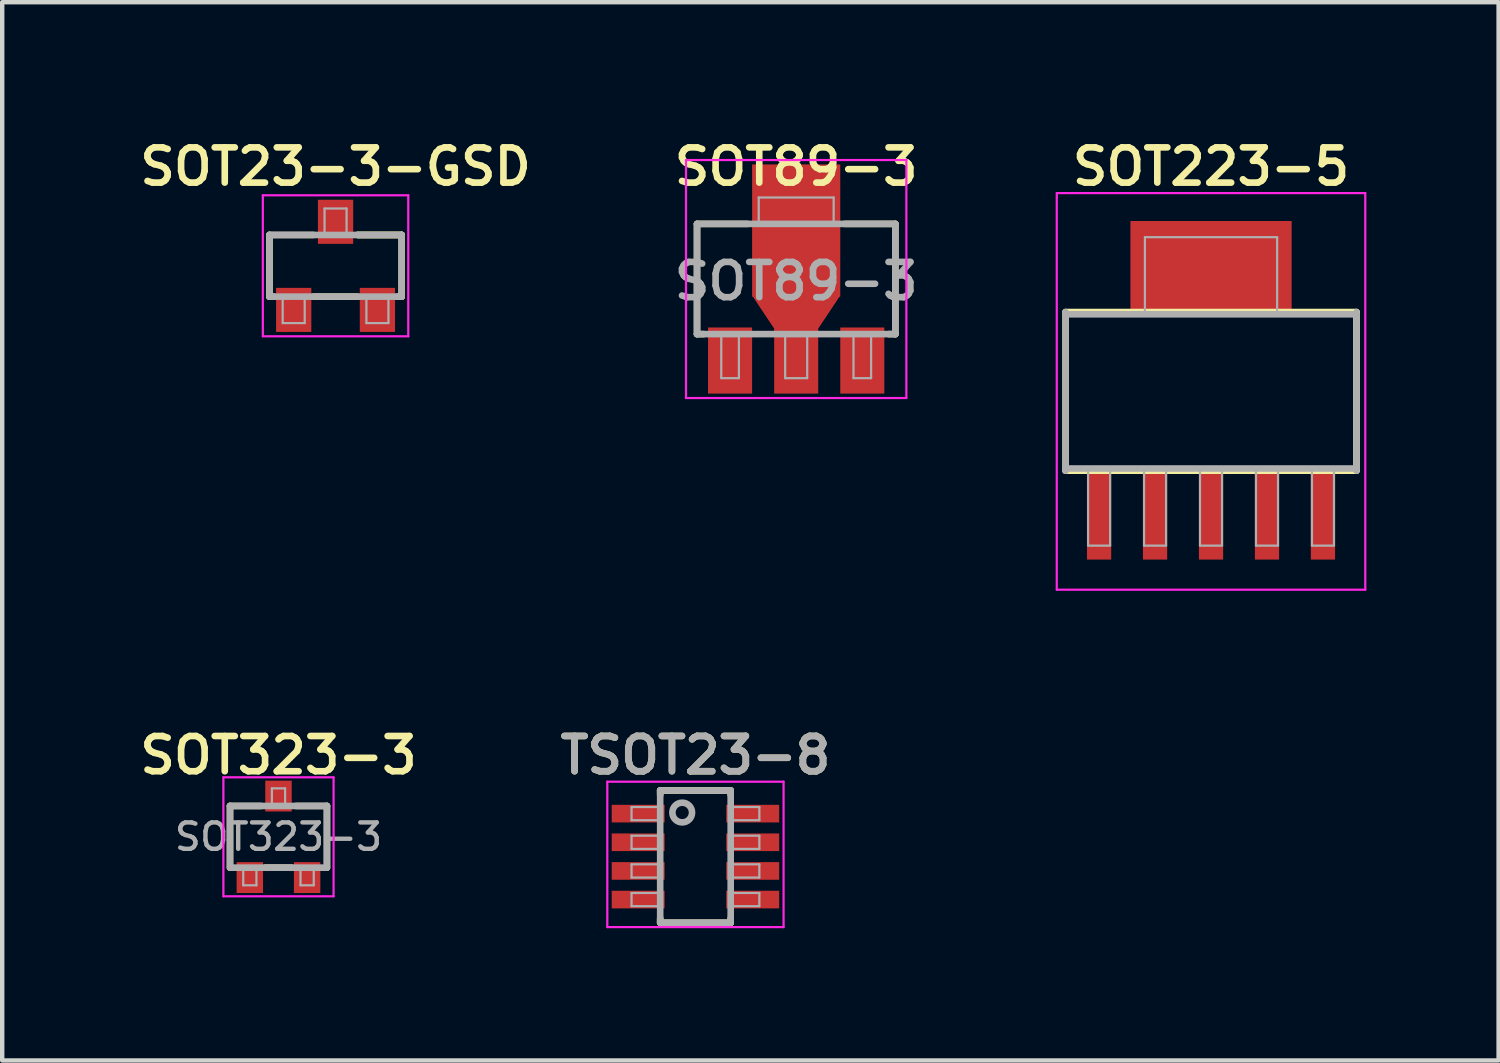
<source format=kicad_pcb>
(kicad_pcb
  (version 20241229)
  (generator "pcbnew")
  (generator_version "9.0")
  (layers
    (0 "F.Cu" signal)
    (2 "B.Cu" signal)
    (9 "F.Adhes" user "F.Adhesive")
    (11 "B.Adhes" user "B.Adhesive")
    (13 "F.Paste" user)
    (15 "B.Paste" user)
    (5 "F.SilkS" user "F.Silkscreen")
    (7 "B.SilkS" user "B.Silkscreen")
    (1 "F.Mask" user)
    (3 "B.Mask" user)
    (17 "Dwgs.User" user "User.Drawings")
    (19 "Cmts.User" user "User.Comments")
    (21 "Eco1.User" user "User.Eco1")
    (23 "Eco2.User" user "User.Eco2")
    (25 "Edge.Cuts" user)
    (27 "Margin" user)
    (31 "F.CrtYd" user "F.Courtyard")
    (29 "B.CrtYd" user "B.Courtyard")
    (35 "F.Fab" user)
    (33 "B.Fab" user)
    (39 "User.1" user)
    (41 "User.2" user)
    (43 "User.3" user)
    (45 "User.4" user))
  (footprint "TSOT23-8"
    (layer "F.Cu")
    (at 12.73 16.387)
    (property "Reference" "TSOT23-8" (at 0 -2.3 0) (layer "F.SilkS") (effects (font (size 0.8 0.8) (thickness 0.15))))
    (attr smd)
    (fp_line (start -0.8 -1.5) (end -0.8 -1.4) (stroke (width 0.15) (type solid)) (layer "F.SilkS"))
    (fp_line (start -0.8 -1.5) (end 0.8 -1.5) (stroke (width 0.15) (type solid)) (layer "F.SilkS"))
    (fp_line (start -0.8 1.5) (end -0.8 1.4) (stroke (width 0.15) (type solid)) (layer "F.SilkS"))
    (fp_line (start 0.8 -1.5) (end 0.8 -1.4) (stroke (width 0.15) (type solid)) (layer "F.SilkS"))
    (fp_line (start 0.8 1.5) (end -0.8 1.5) (stroke (width 0.15) (type solid)) (layer "F.SilkS"))
    (fp_line (start 0.8 1.5) (end 0.8 1.4) (stroke (width 0.15) (type solid)) (layer "F.SilkS"))
    (fp_line (start -2 -1.7) (end 2 -1.7) (stroke (width 0.05) (type solid)) (layer "F.CrtYd"))
    (fp_line (start -2 1.6) (end -2 -1.7) (stroke (width 0.05) (type solid)) (layer "F.CrtYd"))
    (fp_line (start 2 -1.7) (end 2 1.6) (stroke (width 0.05) (type solid)) (layer "F.CrtYd"))
    (fp_line (start 2 1.6) (end -2 1.6) (stroke (width 0.05) (type solid)) (layer "F.CrtYd"))
    (fp_line (start -1.45 -1.125) (end -0.8 -1.125) (stroke (width 0.05) (type solid)) (layer "F.Fab"))
    (fp_line (start -1.45 -0.825) (end -1.45 -1.125) (stroke (width 0.05) (type solid)) (layer "F.Fab"))
    (fp_line (start -1.45 -0.475) (end -0.8 -0.475) (stroke (width 0.05) (type solid)) (layer "F.Fab"))
    (fp_line (start -1.45 -0.175) (end -1.45 -0.475) (stroke (width 0.05) (type solid)) (layer "F.Fab"))
    (fp_line (start -1.45 0.175) (end -0.8 0.175) (stroke (width 0.05) (type solid)) (layer "F.Fab"))
    (fp_line (start -1.45 0.475) (end -1.45 0.175) (stroke (width 0.05) (type solid)) (layer "F.Fab"))
    (fp_line (start -1.45 0.825) (end -0.8 0.825) (stroke (width 0.05) (type solid)) (layer "F.Fab"))
    (fp_line (start -1.45 1.125) (end -1.45 0.825) (stroke (width 0.05) (type solid)) (layer "F.Fab"))
    (fp_line (start -0.8 -1.5) (end 0.8 -1.5) (stroke (width 0.15) (type solid)) (layer "F.Fab"))
    (fp_line (start -0.8 -0.825) (end -1.45 -0.825) (stroke (width 0.05) (type solid)) (layer "F.Fab"))
    (fp_line (start -0.8 -0.175) (end -1.45 -0.175) (stroke (width 0.05) (type solid)) (layer "F.Fab"))
    (fp_line (start -0.8 0.475) (end -1.45 0.475) (stroke (width 0.05) (type solid)) (layer "F.Fab"))
    (fp_line (start -0.8 1.125) (end -1.45 1.125) (stroke (width 0.05) (type solid)) (layer "F.Fab"))
    (fp_line (start -0.8 1.5) (end -0.8 -1.5) (stroke (width 0.15) (type solid)) (layer "F.Fab"))
    (fp_line (start 0.8 -1.5) (end 0.8 1.5) (stroke (width 0.15) (type solid)) (layer "F.Fab"))
    (fp_line (start 0.8 -1.125) (end 1.45 -1.125) (stroke (width 0.05) (type solid)) (layer "F.Fab"))
    (fp_line (start 0.8 -0.475) (end 1.45 -0.475) (stroke (width 0.05) (type solid)) (layer "F.Fab"))
    (fp_line (start 0.8 0.175) (end 1.45 0.175) (stroke (width 0.05) (type solid)) (layer "F.Fab"))
    (fp_line (start 0.8 0.825) (end 1.45 0.825) (stroke (width 0.05) (type solid)) (layer "F.Fab"))
    (fp_line (start 0.8 1.5) (end -0.8 1.5) (stroke (width 0.15) (type solid)) (layer "F.Fab"))
    (fp_line (start 1.45 -1.125) (end 1.45 -0.825) (stroke (width 0.05) (type solid)) (layer "F.Fab"))
    (fp_line (start 1.45 -0.825) (end 0.8 -0.825) (stroke (width 0.05) (type solid)) (layer "F.Fab"))
    (fp_line (start 1.45 -0.475) (end 1.45 -0.175) (stroke (width 0.05) (type solid)) (layer "F.Fab"))
    (fp_line (start 1.45 -0.175) (end 0.8 -0.175) (stroke (width 0.05) (type solid)) (layer "F.Fab"))
    (fp_line (start 1.45 0.175) (end 1.45 0.475) (stroke (width 0.05) (type solid)) (layer "F.Fab"))
    (fp_line (start 1.45 0.475) (end 0.8 0.475) (stroke (width 0.05) (type solid)) (layer "F.Fab"))
    (fp_line (start 1.45 0.825) (end 1.45 1.125) (stroke (width 0.05) (type solid)) (layer "F.Fab"))
    (fp_line (start 1.45 1.125) (end 0.8 1.125) (stroke (width 0.05) (type solid)) (layer "F.Fab"))
    (fp_circle (center -0.3 -1) (end -0.2 -0.8) (stroke (width 0.15) (type solid)) (fill no) (layer "F.Fab"))
    (fp_text user "${REFERENCE}" (at 0 -2.3 0) (layer "F.Fab") (effects (font (size 0.8 0.8) (thickness 0.15))))
    (pad "1" smd rect (at -1.3 -0.975) (size 1.2 0.4) (layers "F.Cu" "F.Mask" "F.Paste"))
    (pad "2" smd rect (at -1.3 -0.325) (size 1.2 0.4) (layers "F.Cu" "F.Mask" "F.Paste"))
    (pad "3" smd rect (at -1.3 0.325) (size 1.2 0.4) (layers "F.Cu" "F.Mask" "F.Paste"))
    (pad "4" smd rect (at -1.3 0.975) (size 1.2 0.4) (layers "F.Cu" "F.Mask" "F.Paste"))
    (pad "5" smd rect (at 1.3 0.975) (size 1.2 0.4) (layers "F.Cu" "F.Mask" "F.Paste"))
    (pad "6" smd rect (at 1.3 0.325) (size 1.2 0.4) (layers "F.Cu" "F.Mask" "F.Paste"))
    (pad "7" smd rect (at 1.3 -0.325) (size 1.2 0.4) (layers "F.Cu" "F.Mask" "F.Paste"))
    (pad "8" smd rect (at 1.3 -0.975) (size 1.2 0.4) (layers "F.Cu" "F.Mask" "F.Paste")))
  (footprint "SOT23-3-GSD"
    (layer "F.Cu")
    (at 4.564 2.981)
    (property "Reference" "SOT23-3-GSD" (at 0 -2.25 0) (layer "F.SilkS") (effects (font (size 0.8 0.8) (thickness 0.15))))
    (attr smd)
    (fp_line (start -1.5 -0.7) (end -1.5 0.7) (stroke (width 0.15) (type solid)) (layer "F.SilkS"))
    (fp_line (start -1.5 -0.7) (end -0.5 -0.7) (stroke (width 0.15) (type solid)) (layer "F.SilkS"))
    (fp_line (start -1.5 0.7) (end -1.4 0.7) (stroke (width 0.15) (type solid)) (layer "F.SilkS"))
    (fp_line (start -0.5 0.7) (end 0.5 0.7) (stroke (width 0.15) (type solid)) (layer "F.SilkS"))
    (fp_line (start 0.5 -0.7) (end 1.5 -0.7) (stroke (width 0.15) (type solid)) (layer "F.SilkS"))
    (fp_line (start 0.5 -0.7) (end 1.5 -0.7) (stroke (width 0.15) (type solid)) (layer "F.SilkS"))
    (fp_line (start 1.5 -0.7) (end 1.5 0.7) (stroke (width 0.15) (type solid)) (layer "F.SilkS"))
    (fp_line (start 1.5 0.7) (end 1.4 0.7) (stroke (width 0.15) (type solid)) (layer "F.SilkS"))
    (fp_line (start -1.65 -1.6) (end 1.65 -1.6) (stroke (width 0.05) (type solid)) (layer "F.CrtYd"))
    (fp_line (start -1.65 1.6) (end -1.65 -1.6) (stroke (width 0.05) (type solid)) (layer "F.CrtYd"))
    (fp_line (start 1.65 -1.6) (end 1.65 1.6) (stroke (width 0.05) (type solid)) (layer "F.CrtYd"))
    (fp_line (start 1.65 1.6) (end -1.65 1.6) (stroke (width 0.05) (type solid)) (layer "F.CrtYd"))
    (fp_line (start -1.5 -0.7) (end 1.5 -0.7) (stroke (width 0.15) (type solid)) (layer "F.Fab"))
    (fp_line (start -1.5 0.7) (end -1.5 -0.7) (stroke (width 0.15) (type solid)) (layer "F.Fab"))
    (fp_line (start -1.2 0.7) (end -1.2 1.3) (stroke (width 0.05) (type solid)) (layer "F.Fab"))
    (fp_line (start -1.2 1.3) (end -0.7 1.3) (stroke (width 0.05) (type solid)) (layer "F.Fab"))
    (fp_line (start -0.7 1.3) (end -0.7 0.7) (stroke (width 0.05) (type solid)) (layer "F.Fab"))
    (fp_line (start -0.25 -1.3) (end -0.25 -0.7) (stroke (width 0.05) (type solid)) (layer "F.Fab"))
    (fp_line (start -0.25 -1.3) (end 0.25 -1.3) (stroke (width 0.05) (type solid)) (layer "F.Fab"))
    (fp_line (start 0.25 -0.7) (end 0.25 -1.3) (stroke (width 0.05) (type solid)) (layer "F.Fab"))
    (fp_line (start 0.7 0.7) (end 0.7 1.3) (stroke (width 0.05) (type solid)) (layer "F.Fab"))
    (fp_line (start 0.7 1.3) (end 1.2 1.3) (stroke (width 0.05) (type solid)) (layer "F.Fab"))
    (fp_line (start 1.2 1.3) (end 1.2 0.7) (stroke (width 0.05) (type solid)) (layer "F.Fab"))
    (fp_line (start 1.5 -0.7) (end 1.5 0.7) (stroke (width 0.15) (type solid)) (layer "F.Fab"))
    (fp_line (start 1.5 0.7) (end -1.5 0.7) (stroke (width 0.15) (type solid)) (layer "F.Fab"))
    (pad "D" smd rect (at 0 -0.998) (size 0.8 1) (layers "F.Cu" "F.Mask" "F.Paste"))
    (pad "G" smd rect (at -0.95 1.001) (size 0.8 1) (layers "F.Cu" "F.Mask" "F.Paste"))
    (pad "S" smd rect (at 0.95 1.001) (size 0.8 1) (layers "F.Cu" "F.Mask" "F.Paste")))
  (footprint "SOT89-3"
    (layer "F.Cu")
    (at 15.016 3.281)
    (property "Reference" "SOT89-3" (at 0 -2.55 0) (layer "F.SilkS") (effects (font (size 0.8 0.8) (thickness 0.15))))
    (attr through_hole)
    (fp_line (start -2.25 -1.25) (end -1.1 -1.25) (stroke (width 0.15) (type solid)) (layer "F.SilkS"))
    (fp_line (start -2.25 1.25) (end -2.25 -1.25) (stroke (width 0.15) (type solid)) (layer "F.SilkS"))
    (fp_line (start -2.25 1.25) (end -2.1 1.25) (stroke (width 0.15) (type solid)) (layer "F.SilkS"))
    (fp_line (start 1.1 -1.25) (end 2.25 -1.25) (stroke (width 0.15) (type solid)) (layer "F.SilkS"))
    (fp_line (start 2.25 -1.25) (end 2.25 1.25) (stroke (width 0.15) (type solid)) (layer "F.SilkS"))
    (fp_line (start 2.25 1.25) (end 2.1 1.25) (stroke (width 0.15) (type solid)) (layer "F.SilkS"))
    (fp_line (start -2.5 -2.7) (end 2.5 -2.7) (stroke (width 0.05) (type solid)) (layer "F.CrtYd"))
    (fp_line (start -2.5 2.7) (end -2.5 -2.7) (stroke (width 0.05) (type solid)) (layer "F.CrtYd"))
    (fp_line (start 2.5 -2.7) (end 2.5 2.7) (stroke (width 0.05) (type solid)) (layer "F.CrtYd"))
    (fp_line (start 2.5 2.7) (end -2.5 2.7) (stroke (width 0.05) (type solid)) (layer "F.CrtYd"))
    (fp_line (start -2.25 -1.25) (end 2.25 -1.25) (stroke (width 0.15) (type solid)) (layer "F.Fab"))
    (fp_line (start -2.25 1.25) (end -2.25 -1.25) (stroke (width 0.15) (type solid)) (layer "F.Fab"))
    (fp_line (start -1.7 2.25) (end -1.7 1.25) (stroke (width 0.05) (type solid)) (layer "F.Fab"))
    (fp_line (start -1.3 1.25) (end -1.3 2.25) (stroke (width 0.05) (type solid)) (layer "F.Fab"))
    (fp_line (start -1.3 2.25) (end -1.7 2.25) (stroke (width 0.05) (type solid)) (layer "F.Fab"))
    (fp_line (start -0.85 -1.85) (end 0.85 -1.85) (stroke (width 0.05) (type solid)) (layer "F.Fab"))
    (fp_line (start -0.85 -1.25) (end -0.85 -1.85) (stroke (width 0.05) (type solid)) (layer "F.Fab"))
    (fp_line (start -0.25 1.25) (end -0.25 2.25) (stroke (width 0.05) (type solid)) (layer "F.Fab"))
    (fp_line (start -0.25 2.25) (end 0.25 2.25) (stroke (width 0.05) (type solid)) (layer "F.Fab"))
    (fp_line (start 0.25 2.25) (end 0.25 1.25) (stroke (width 0.05) (type solid)) (layer "F.Fab"))
    (fp_line (start 0.85 -1.85) (end 0.85 -1.25) (stroke (width 0.05) (type solid)) (layer "F.Fab"))
    (fp_line (start 1.3 1.25) (end 1.3 2.25) (stroke (width 0.05) (type solid)) (layer "F.Fab"))
    (fp_line (start 1.3 2.25) (end 1.7 2.25) (stroke (width 0.05) (type solid)) (layer "F.Fab"))
    (fp_line (start 1.7 2.25) (end 1.7 1.25) (stroke (width 0.05) (type solid)) (layer "F.Fab"))
    (fp_line (start 2.25 -1.25) (end 2.25 1.25) (stroke (width 0.15) (type solid)) (layer "F.Fab"))
    (fp_line (start 2.25 1.25) (end -2.25 1.25) (stroke (width 0.15) (type solid)) (layer "F.Fab"))
    (fp_text user "${REFERENCE}" (at 0 0.05 0) (layer "F.Fab") (effects (font (size 0.8 0.8) (thickness 0.15))))
    (pad "1" smd rect (at -1.5 1.85) (size 1 1.5) (layers "F.Cu" "F.Mask" "F.Paste"))
    (pad "2" smd rect (at 0 -1.1) (size 2 3) (layers "F.Cu" "F.Mask" "F.Paste"))
    (pad "2" smd rect (at 0 1.85) (size 1 1.5) (layers "F.Cu" "F.Mask" "F.Paste"))
    (pad "3" smd rect (at 1.5 1.85) (size 1 1.5) (layers "F.Cu" "F.Mask" "F.Paste"))
    (pad "4" smd trapezoid (at 0 0.75 180) (size 1.5 0.75) (rect_delta 0 0.5) (layers "F.Cu" "F.Mask" "F.Paste")))
  (footprint "SOT323-3"
    (layer "F.Cu")
    (at 3.269 15.938)
    (property "Reference" "SOT323-3" (at 0 -1.85 0) (layer "F.SilkS") (effects (font (size 0.8 0.8) (thickness 0.15))))
    (attr smd)
    (fp_line (start -1.1 -0.7) (end -1.1 0.7) (stroke (width 0.15) (type solid)) (layer "F.SilkS"))
    (fp_line (start -0.4 -0.7) (end -1.1 -0.7) (stroke (width 0.15) (type solid)) (layer "F.SilkS"))
    (fp_line (start -0.3 0.7) (end 0.3 0.7) (stroke (width 0.15) (type solid)) (layer "F.SilkS"))
    (fp_line (start 1.1 -0.7) (end 0.4 -0.7) (stroke (width 0.15) (type solid)) (layer "F.SilkS"))
    (fp_line (start 1.1 0.7) (end 1.1 -0.7) (stroke (width 0.15) (type solid)) (layer "F.SilkS"))
    (fp_line (start -1.25 -1.35) (end 1.25 -1.35) (stroke (width 0.05) (type solid)) (layer "F.CrtYd"))
    (fp_line (start -1.25 1.35) (end -1.25 -1.35) (stroke (width 0.05) (type solid)) (layer "F.CrtYd"))
    (fp_line (start 1.25 -1.35) (end 1.25 1.35) (stroke (width 0.05) (type solid)) (layer "F.CrtYd"))
    (fp_line (start 1.25 1.35) (end -1.25 1.35) (stroke (width 0.05) (type solid)) (layer "F.CrtYd"))
    (fp_line (start -1.1 -0.7) (end 1.1 -0.7) (stroke (width 0.15) (type solid)) (layer "F.Fab"))
    (fp_line (start -1.1 0.7) (end -1.1 -0.7) (stroke (width 0.15) (type solid)) (layer "F.Fab"))
    (fp_line (start -0.8 0.7) (end -0.8 1.1) (stroke (width 0.05) (type solid)) (layer "F.Fab"))
    (fp_line (start -0.8 1.1) (end -0.5 1.1) (stroke (width 0.05) (type solid)) (layer "F.Fab"))
    (fp_line (start -0.5 1.1) (end -0.5 0.7) (stroke (width 0.05) (type solid)) (layer "F.Fab"))
    (fp_line (start -0.15 -1.1) (end -0.15 -0.7) (stroke (width 0.05) (type solid)) (layer "F.Fab"))
    (fp_line (start -0.15 -1.1) (end 0.15 -1.1) (stroke (width 0.05) (type solid)) (layer "F.Fab"))
    (fp_line (start 0.15 -0.7) (end 0.15 -1.1) (stroke (width 0.05) (type solid)) (layer "F.Fab"))
    (fp_line (start 0.5 0.7) (end 0.5 1.1) (stroke (width 0.05) (type solid)) (layer "F.Fab"))
    (fp_line (start 0.5 1.1) (end 0.8 1.1) (stroke (width 0.05) (type solid)) (layer "F.Fab"))
    (fp_line (start 0.8 1.1) (end 0.8 0.7) (stroke (width 0.05) (type solid)) (layer "F.Fab"))
    (fp_line (start 1.1 -0.7) (end 1.1 0.7) (stroke (width 0.15) (type solid)) (layer "F.Fab"))
    (fp_line (start 1.1 0.7) (end -1.1 0.7) (stroke (width 0.15) (type solid)) (layer "F.Fab"))
    (fp_text user "${REFERENCE}" (at 0 0 0) (layer "F.Fab") (effects (font (size 0.6 0.6) (thickness 0.1))))
    (pad "1" smd rect (at -0.65 0.925) (size 0.6 0.7) (layers "F.Cu" "F.Mask" "F.Paste"))
    (pad "2" smd rect (at 0.65 0.925) (size 0.6 0.7) (layers "F.Cu" "F.Mask" "F.Paste"))
    (pad "3" smd rect (at 0 -0.925) (size 0.6 0.7) (layers "F.Cu" "F.Mask" "F.Paste")))
  (footprint "SOT223-5"
    (layer "F.Cu")
    (at 24.429 5.831)
    (property "Reference" "SOT223-5" (at 0 -5.1 0) (layer "F.SilkS") (effects (font (size 0.8 0.8) (thickness 0.15))))
    (attr smd)
    (fp_line (start -3.3 -1.8) (end 3.3 -1.8) (stroke (width 0.15) (type solid)) (layer "F.SilkS"))
    (fp_line (start -3.3 1.8) (end -3.3 -1.8) (stroke (width 0.15) (type solid)) (layer "F.SilkS"))
    (fp_line (start 3.3 -1.8) (end 3.3 1.8) (stroke (width 0.15) (type solid)) (layer "F.SilkS"))
    (fp_line (start 3.3 1.8) (end -3.3 1.8) (stroke (width 0.15) (type solid)) (layer "F.SilkS"))
    (fp_line (start -3.5 -4.5) (end 3.5 -4.5) (stroke (width 0.05) (type solid)) (layer "F.CrtYd"))
    (fp_line (start -3.5 4.5) (end -3.5 -4.5) (stroke (width 0.05) (type solid)) (layer "F.CrtYd"))
    (fp_line (start 3.5 -4.5) (end 3.5 4.5) (stroke (width 0.05) (type solid)) (layer "F.CrtYd"))
    (fp_line (start 3.5 4.5) (end -3.5 4.5) (stroke (width 0.05) (type solid)) (layer "F.CrtYd"))
    (fp_line (start -3.3 -1.75) (end 3.3 -1.75) (stroke (width 0.15) (type solid)) (layer "F.Fab"))
    (fp_line (start -3.3 1.8) (end -3.3 -1.8) (stroke (width 0.15) (type solid)) (layer "F.Fab"))
    (fp_line (start -2.79 1.75) (end -2.79 3.5) (stroke (width 0.05) (type solid)) (layer "F.Fab"))
    (fp_line (start -2.79 3.5) (end -2.29 3.5) (stroke (width 0.05) (type solid)) (layer "F.Fab"))
    (fp_line (start -2.29 3.5) (end -2.29 1.75) (stroke (width 0.05) (type solid)) (layer "F.Fab"))
    (fp_line (start -1.52 1.75) (end -1.52 3.5) (stroke (width 0.05) (type solid)) (layer "F.Fab"))
    (fp_line (start -1.52 3.5) (end -1.02 3.5) (stroke (width 0.05) (type solid)) (layer "F.Fab"))
    (fp_line (start -1.5 -3.5) (end 1.5 -3.5) (stroke (width 0.05) (type solid)) (layer "F.Fab"))
    (fp_line (start -1.5 -1.75) (end -1.5 -3.5) (stroke (width 0.05) (type solid)) (layer "F.Fab"))
    (fp_line (start -1.02 3.5) (end -1.02 1.75) (stroke (width 0.05) (type solid)) (layer "F.Fab"))
    (fp_line (start -0.25 1.75) (end -0.25 3.5) (stroke (width 0.05) (type solid)) (layer "F.Fab"))
    (fp_line (start -0.25 3.5) (end 0.25 3.5) (stroke (width 0.05) (type solid)) (layer "F.Fab"))
    (fp_line (start 0.25 3.5) (end 0.25 1.75) (stroke (width 0.05) (type solid)) (layer "F.Fab"))
    (fp_line (start 1.02 1.75) (end 1.02 3.5) (stroke (width 0.05) (type solid)) (layer "F.Fab"))
    (fp_line (start 1.02 3.5) (end 1.52 3.5) (stroke (width 0.05) (type solid)) (layer "F.Fab"))
    (fp_line (start 1.5 -3.5) (end 1.5 -1.75) (stroke (width 0.05) (type solid)) (layer "F.Fab"))
    (fp_line (start 1.52 3.5) (end 1.52 1.75) (stroke (width 0.05) (type solid)) (layer "F.Fab"))
    (fp_line (start 2.29 1.75) (end 2.29 3.5) (stroke (width 0.05) (type solid)) (layer "F.Fab"))
    (fp_line (start 2.29 3.5) (end 2.79 3.5) (stroke (width 0.05) (type solid)) (layer "F.Fab"))
    (fp_line (start 2.79 3.5) (end 2.79 1.75) (stroke (width 0.05) (type solid)) (layer "F.Fab"))
    (fp_line (start 3.3 -1.8) (end 3.3 1.8) (stroke (width 0.15) (type solid)) (layer "F.Fab"))
    (fp_line (start 3.3 1.75) (end -3.3 1.75) (stroke (width 0.15) (type solid)) (layer "F.Fab"))
    (pad "1" smd rect (at -2.54 2.8) (size 0.55 2.032) (layers "F.Cu" "F.Mask" "F.Paste"))
    (pad "2" smd rect (at -1.27 2.8) (size 0.55 2.032) (layers "F.Cu" "F.Mask" "F.Paste"))
    (pad "3" smd rect (at 0 2.8) (size 0.55 2.032) (layers "F.Cu" "F.Mask" "F.Paste"))
    (pad "4" smd rect (at 0 -2.85) (size 3.658 2.032) (layers "F.Cu" "F.Mask" "F.Paste"))
    (pad "4" smd rect (at 1.27 2.8) (size 0.55 2.032) (layers "F.Cu" "F.Mask" "F.Paste"))
    (pad "5" smd rect (at 2.54 2.8) (size 0.55 2.032) (layers "F.Cu" "F.Mask" "F.Paste")))
  (gr_rect
    (start -3 -3)
    (end 30.954 21.012)
    (stroke (width 0.1) (type default))
    (fill no)
    (layer "Edge.Cuts")))
</source>
